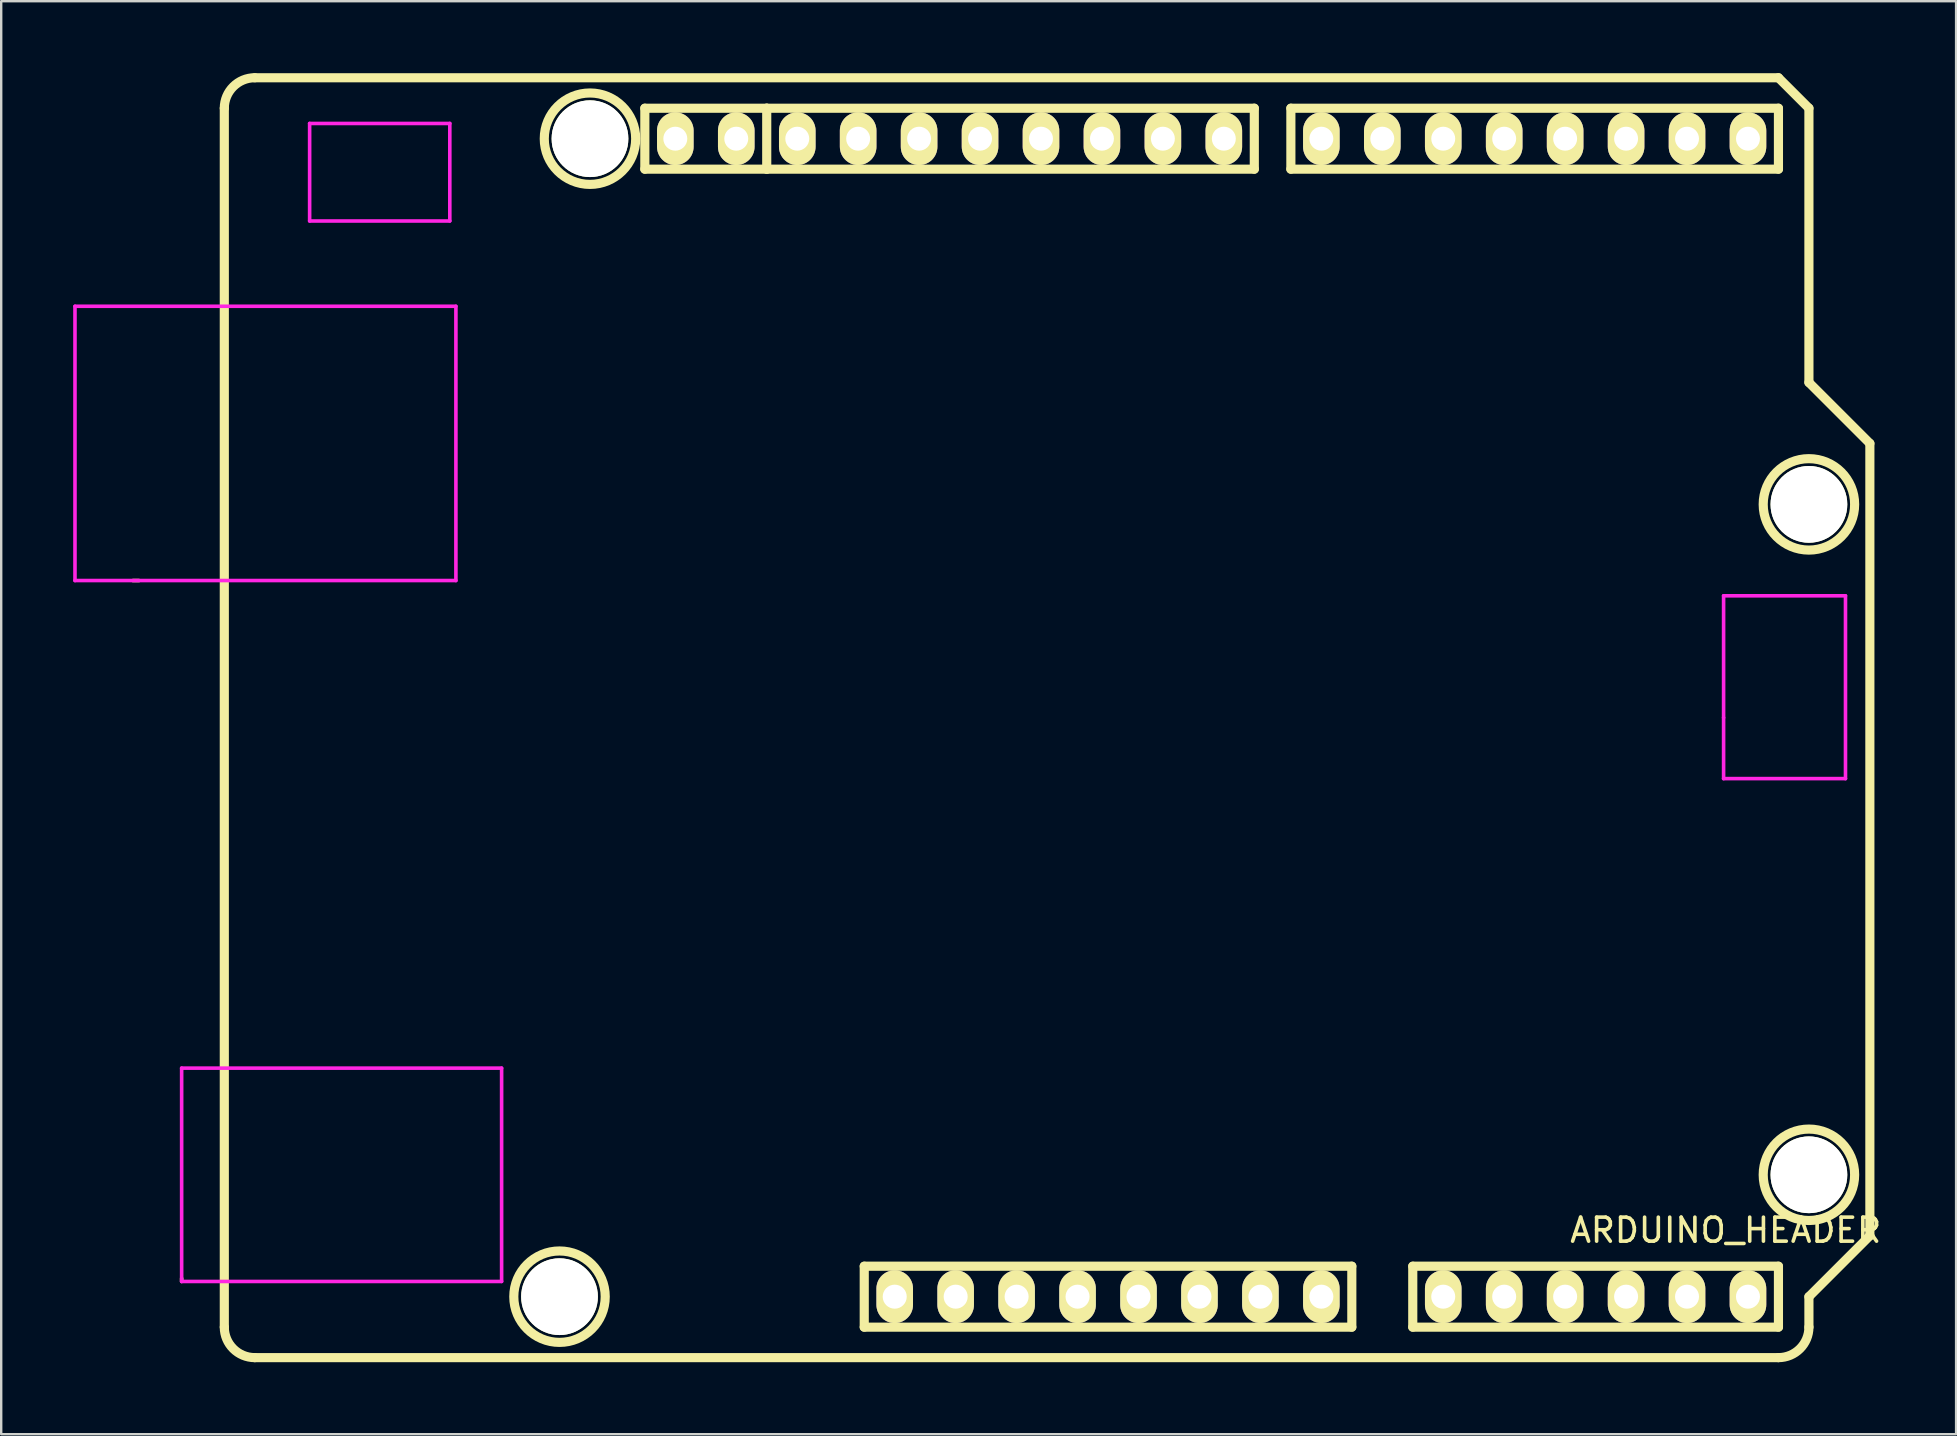
<source format=kicad_pcb>
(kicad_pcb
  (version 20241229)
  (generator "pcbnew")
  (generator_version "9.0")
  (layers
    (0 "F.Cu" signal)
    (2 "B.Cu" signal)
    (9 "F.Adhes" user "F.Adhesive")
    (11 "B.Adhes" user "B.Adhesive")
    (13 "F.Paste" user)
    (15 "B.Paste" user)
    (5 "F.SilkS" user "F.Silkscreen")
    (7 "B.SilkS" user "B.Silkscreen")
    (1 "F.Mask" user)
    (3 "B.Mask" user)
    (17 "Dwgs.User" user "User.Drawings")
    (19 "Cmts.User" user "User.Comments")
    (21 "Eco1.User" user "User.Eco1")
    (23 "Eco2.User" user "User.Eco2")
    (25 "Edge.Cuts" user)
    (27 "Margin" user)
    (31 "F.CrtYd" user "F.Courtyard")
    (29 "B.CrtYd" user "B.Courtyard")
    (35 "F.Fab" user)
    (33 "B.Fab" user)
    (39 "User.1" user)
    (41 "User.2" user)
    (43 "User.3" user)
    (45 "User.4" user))
  (footprint "ARDUINO_HEADER"
    (layer "F.Cu")
    (at 39.318 26.86)
    (property "Reference" "ARDUINO_HEADER" (at 29.553 21.361 0) (layer "F.SilkS") (effects (font (size 1 1) (thickness 0.15))))
    (attr through_hole)
    (fp_line (start -36.576 -5.715) (end -36.83 -5.715) (stroke (width 0.15) (type solid)) (layer "F.SilkS"))
    (fp_line (start -34.798 23.495) (end -34.798 23.368) (stroke (width 0.15) (type solid)) (layer "F.SilkS"))
    (fp_line (start -33.02 25.4) (end -33.02 -25.4) (stroke (width 0.381) (type solid)) (layer "F.SilkS"))
    (fp_line (start -31.75 26.67) (end 31.75 26.67) (stroke (width 0.381) (type solid)) (layer "F.SilkS"))
    (fp_line (start -15.494 -25.4) (end -15.494 -22.86) (stroke (width 0.381) (type solid)) (layer "F.SilkS"))
    (fp_line (start -15.494 -22.86) (end -10.414 -22.86) (stroke (width 0.381) (type solid)) (layer "F.SilkS"))
    (fp_line (start -10.414 -25.4) (end -15.494 -25.4) (stroke (width 0.381) (type solid)) (layer "F.SilkS"))
    (fp_line (start -10.414 -22.86) (end -10.414 -25.4) (stroke (width 0.381) (type solid)) (layer "F.SilkS"))
    (fp_line (start -6.35 25.4) (end -6.35 22.86) (stroke (width 0.381) (type solid)) (layer "F.SilkS"))
    (fp_line (start -6.35 25.4) (end 13.97 25.4) (stroke (width 0.381) (type solid)) (layer "F.SilkS"))
    (fp_line (start 9.906 -25.4) (end -10.414 -25.4) (stroke (width 0.381) (type solid)) (layer "F.SilkS"))
    (fp_line (start 9.906 -22.86) (end -10.414 -22.86) (stroke (width 0.381) (type solid)) (layer "F.SilkS"))
    (fp_line (start 9.906 -22.86) (end 9.906 -25.4) (stroke (width 0.381) (type solid)) (layer "F.SilkS"))
    (fp_line (start 11.43 -25.4) (end 31.75 -25.4) (stroke (width 0.381) (type solid)) (layer "F.SilkS"))
    (fp_line (start 11.43 -22.86) (end 11.43 -25.4) (stroke (width 0.381) (type solid)) (layer "F.SilkS"))
    (fp_line (start 13.97 22.86) (end -6.35 22.86) (stroke (width 0.381) (type solid)) (layer "F.SilkS"))
    (fp_line (start 13.97 22.86) (end 13.97 25.4) (stroke (width 0.381) (type solid)) (layer "F.SilkS"))
    (fp_line (start 16.51 22.86) (end 16.51 25.4) (stroke (width 0.381) (type solid)) (layer "F.SilkS"))
    (fp_line (start 16.51 22.86) (end 31.75 22.86) (stroke (width 0.381) (type solid)) (layer "F.SilkS"))
    (fp_line (start 31.75 -26.67) (end -31.75 -26.67) (stroke (width 0.381) (type solid)) (layer "F.SilkS"))
    (fp_line (start 31.75 -26.67) (end 33.02 -25.4) (stroke (width 0.381) (type solid)) (layer "F.SilkS"))
    (fp_line (start 31.75 -25.4) (end 31.75 -22.86) (stroke (width 0.381) (type solid)) (layer "F.SilkS"))
    (fp_line (start 31.75 -22.86) (end 11.43 -22.86) (stroke (width 0.381) (type solid)) (layer "F.SilkS"))
    (fp_line (start 31.75 25.4) (end 16.51 25.4) (stroke (width 0.381) (type solid)) (layer "F.SilkS"))
    (fp_line (start 31.75 25.4) (end 31.75 22.86) (stroke (width 0.381) (type solid)) (layer "F.SilkS"))
    (fp_line (start 33.02 -25.4) (end 33.02 -13.97) (stroke (width 0.381) (type solid)) (layer "F.SilkS"))
    (fp_line (start 33.02 -13.97) (end 35.56 -11.43) (stroke (width 0.381) (type solid)) (layer "F.SilkS"))
    (fp_line (start 33.02 24.13) (end 33.02 25.4) (stroke (width 0.381) (type solid)) (layer "F.SilkS"))
    (fp_line (start 35.56 21.59) (end 33.02 24.13) (stroke (width 0.381) (type solid)) (layer "F.SilkS"))
    (fp_line (start 35.56 21.59) (end 35.56 -11.43) (stroke (width 0.381) (type solid)) (layer "F.SilkS"))
    (fp_arc (start -33.02 -25.4) (mid -32.648026 -26.298026) (end -31.75 -26.67) (stroke (width 0.381) (type solid)) (layer "F.SilkS"))
    (fp_arc (start -31.75 26.67) (mid -32.648026 26.298026) (end -33.02 25.4) (stroke (width 0.381) (type solid)) (layer "F.SilkS"))
    (fp_arc (start 33.02 25.4) (mid 32.648026 26.298026) (end 31.75 26.67) (stroke (width 0.381) (type solid)) (layer "F.SilkS"))
    (fp_circle (center -19.05 24.13) (end -17.145 24.13) (stroke (width 0.381) (type solid)) (fill no) (layer "F.SilkS"))
    (fp_circle (center -17.78 -24.13) (end -15.875 -24.13) (stroke (width 0.381) (type solid)) (fill no) (layer "F.SilkS"))
    (fp_circle (center 33.02 -8.89) (end 34.925 -8.89) (stroke (width 0.381) (type solid)) (fill no) (layer "F.SilkS"))
    (fp_circle (center 33.02 19.05) (end 34.925 19.05) (stroke (width 0.381) (type solid)) (fill no) (layer "F.SilkS"))
    (fp_line (start -39.243 -17.145) (end -23.368 -17.145) (stroke (width 0.15) (type solid)) (layer "F.CrtYd"))
    (fp_line (start -39.243 -5.715) (end -39.243 -17.145) (stroke (width 0.15) (type solid)) (layer "F.CrtYd"))
    (fp_line (start -34.798 14.605) (end -34.798 23.495) (stroke (width 0.15) (type solid)) (layer "F.CrtYd"))
    (fp_line (start -29.464 -24.765) (end -29.464 -20.701) (stroke (width 0.15) (type solid)) (layer "F.CrtYd"))
    (fp_line (start -29.464 -20.701) (end -23.622 -20.701) (stroke (width 0.15) (type solid)) (layer "F.CrtYd"))
    (fp_line (start -23.622 -24.765) (end -29.464 -24.765) (stroke (width 0.15) (type solid)) (layer "F.CrtYd"))
    (fp_line (start -23.622 -20.701) (end -23.622 -24.765) (stroke (width 0.15) (type solid)) (layer "F.CrtYd"))
    (fp_line (start -23.368 -17.145) (end -23.368 -5.715) (stroke (width 0.15) (type solid)) (layer "F.CrtYd"))
    (fp_line (start -23.368 -5.715) (end -39.243 -5.715) (stroke (width 0.15) (type solid)) (layer "F.CrtYd"))
    (fp_line (start -21.463 14.605) (end -34.798 14.605) (stroke (width 0.15) (type solid)) (layer "F.CrtYd"))
    (fp_line (start -21.463 23.495) (end -34.798 23.495) (stroke (width 0.15) (type solid)) (layer "F.CrtYd"))
    (fp_line (start -21.463 23.495) (end -21.463 14.605) (stroke (width 0.15) (type solid)) (layer "F.CrtYd"))
    (fp_line (start 29.464 -5.08) (end 29.464 0) (stroke (width 0.15) (type solid)) (layer "F.CrtYd"))
    (fp_line (start 29.464 -5.08) (end 34.544 -5.08) (stroke (width 0.15) (type solid)) (layer "F.CrtYd"))
    (fp_line (start 29.464 0) (end 29.464 2.54) (stroke (width 0.15) (type solid)) (layer "F.CrtYd"))
    (fp_line (start 29.464 2.54) (end 34.544 2.54) (stroke (width 0.15) (type solid)) (layer "F.CrtYd"))
    (fp_line (start 34.544 2.54) (end 34.544 -5.08) (stroke (width 0.15) (type solid)) (layer "F.CrtYd"))
    (pad "" np_thru_hole circle (at -19.05 24.13) (size 3.198 3.198) (drill 3.198) (layers "*.Cu" "*.Mask" "F.SilkS"))
    (pad "" np_thru_hole circle (at -17.78 -24.13) (size 3.198 3.198) (drill 3.198) (layers "*.Cu" "*.Mask" "F.SilkS"))
    (pad "" np_thru_hole circle (at 33.02 -8.89) (size 3.198 3.198) (drill 3.198) (layers "*.Cu" "*.Mask" "F.SilkS"))
    (pad "" np_thru_hole circle (at 33.02 19.05) (size 3.198 3.198) (drill 3.198) (layers "*.Cu" "*.Mask" "F.SilkS"))
    (pad "1" thru_hole oval (at -5.08 24.13) (size 1.524 2.2) (drill 1.001) (layers "*.Cu" "*.Mask" "F.SilkS"))
    (pad "2" thru_hole oval (at -2.54 24.13) (size 1.524 2.2) (drill 1.001) (layers "*.Cu" "*.Mask" "F.SilkS"))
    (pad "3" thru_hole oval (at 0 24.13) (size 1.524 2.2) (drill 1.001) (layers "*.Cu" "*.Mask" "F.SilkS"))
    (pad "4" thru_hole oval (at 2.54 24.13) (size 1.524 2.2) (drill 1.001) (layers "*.Cu" "*.Mask" "F.SilkS"))
    (pad "5" thru_hole oval (at 5.08 24.13) (size 1.524 2.2) (drill 1.001) (layers "*.Cu" "*.Mask" "F.SilkS"))
    (pad "6" thru_hole oval (at 7.62 24.13) (size 1.524 2.2) (drill 1.001) (layers "*.Cu" "*.Mask" "F.SilkS"))
    (pad "7" thru_hole oval (at 10.16 24.13) (size 1.524 2.2) (drill 1.001) (layers "*.Cu" "*.Mask" "F.SilkS"))
    (pad "8" thru_hole oval (at 12.7 24.13) (size 1.524 2.2) (drill 1.001) (layers "*.Cu" "*.Mask" "F.SilkS"))
    (pad "9" thru_hole oval (at 17.78 24.13) (size 1.524 2.2) (drill 1.001) (layers "*.Cu" "*.Mask" "F.SilkS"))
    (pad "10" thru_hole oval (at 20.32 24.13) (size 1.524 2.2) (drill 1.001) (layers "*.Cu" "*.Mask" "F.SilkS"))
    (pad "11" thru_hole oval (at 22.86 24.13) (size 1.524 2.2) (drill 1.001) (layers "*.Cu" "*.Mask" "F.SilkS"))
    (pad "12" thru_hole oval (at 25.4 24.13) (size 1.524 2.2) (drill 1.001) (layers "*.Cu" "*.Mask" "F.SilkS"))
    (pad "13" thru_hole oval (at 27.94 24.13) (size 1.524 2.2) (drill 1.001) (layers "*.Cu" "*.Mask" "F.SilkS"))
    (pad "14" thru_hole oval (at 30.48 24.13) (size 1.524 2.2) (drill 1.001) (layers "*.Cu" "*.Mask" "F.SilkS"))
    (pad "15" thru_hole oval (at 30.48 -24.13) (size 1.524 2.197) (drill 0.998) (layers "*.Cu" "*.Mask" "F.SilkS"))
    (pad "16" thru_hole oval (at 27.94 -24.13) (size 1.524 2.197) (drill 0.998) (layers "*.Cu" "*.Mask" "F.SilkS"))
    (pad "17" thru_hole oval (at 25.4 -24.13) (size 1.524 2.197) (drill 0.998) (layers "*.Cu" "*.Mask" "F.SilkS"))
    (pad "18" thru_hole oval (at 22.86 -24.13) (size 1.524 2.197) (drill 0.998) (layers "*.Cu" "*.Mask" "F.SilkS"))
    (pad "19" thru_hole oval (at 20.32 -24.13) (size 1.524 2.197) (drill 0.998) (layers "*.Cu" "*.Mask" "F.SilkS"))
    (pad "20" thru_hole oval (at 17.78 -24.13) (size 1.524 2.197) (drill 0.998) (layers "*.Cu" "*.Mask" "F.SilkS"))
    (pad "21" thru_hole oval (at 15.24 -24.13) (size 1.524 2.197) (drill 0.998) (layers "*.Cu" "*.Mask" "F.SilkS"))
    (pad "22" thru_hole oval (at 12.7 -24.13) (size 1.524 2.197) (drill 0.998) (layers "*.Cu" "*.Mask" "F.SilkS"))
    (pad "23" thru_hole oval (at 8.636 -24.13) (size 1.524 2.197) (drill 0.998) (layers "*.Cu" "*.Mask" "F.SilkS"))
    (pad "24" thru_hole oval (at 6.096 -24.13) (size 1.524 2.197) (drill 0.998) (layers "*.Cu" "*.Mask" "F.SilkS"))
    (pad "25" thru_hole oval (at 3.556 -24.13) (size 1.524 2.197) (drill 0.998) (layers "*.Cu" "*.Mask" "F.SilkS"))
    (pad "26" thru_hole oval (at 1.016 -24.13) (size 1.524 2.197) (drill 0.998) (layers "*.Cu" "*.Mask" "F.SilkS"))
    (pad "27" thru_hole oval (at -1.524 -24.13) (size 1.524 2.197) (drill 0.998) (layers "*.Cu" "*.Mask" "F.SilkS"))
    (pad "28" thru_hole oval (at -4.064 -24.13) (size 1.524 2.197) (drill 0.998) (layers "*.Cu" "*.Mask" "F.SilkS"))
    (pad "29" thru_hole oval (at -6.604 -24.13) (size 1.524 2.197) (drill 0.998) (layers "*.Cu" "*.Mask" "F.SilkS"))
    (pad "30" thru_hole oval (at -9.141 -24.13) (size 1.524 2.197) (drill 0.998) (layers "*.Cu" "*.Mask" "F.SilkS"))
    (pad "31" thru_hole oval (at -11.684 -24.13) (size 1.524 2.197) (drill 0.998) (layers "*.Cu" "*.Mask" "F.SilkS"))
    (pad "32" thru_hole oval (at -14.224 -24.13) (size 1.524 2.197) (drill 0.998) (layers "*.Cu" "*.Mask" "F.SilkS")))
  (gr_rect
    (start -3 -3)
    (end 78.472 56.721)
    (stroke (width 0.1) (type default))
    (fill no)
    (layer "Edge.Cuts")))
</source>
